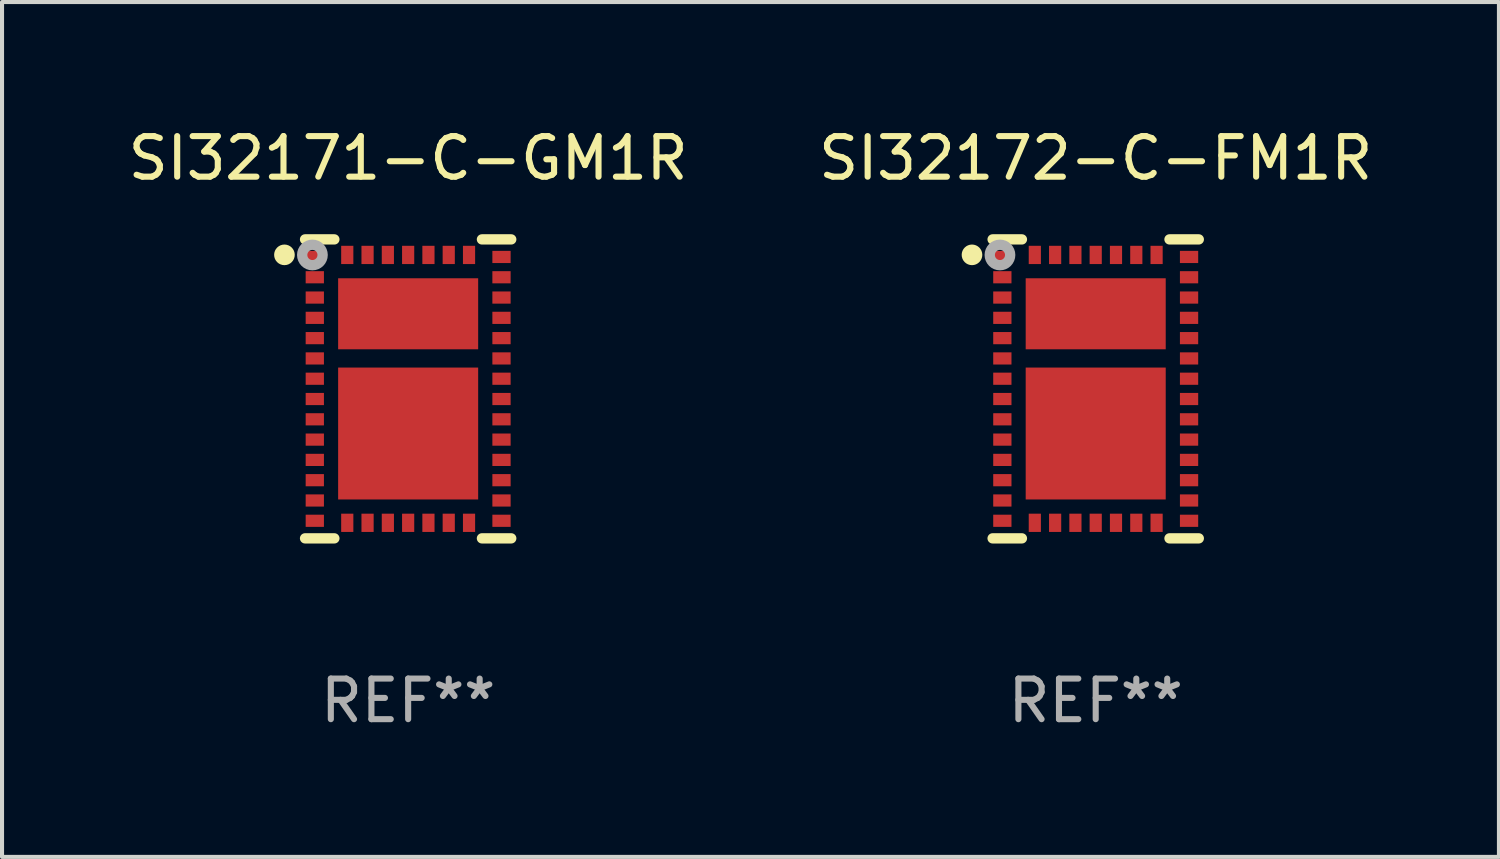
<source format=kicad_pcb>
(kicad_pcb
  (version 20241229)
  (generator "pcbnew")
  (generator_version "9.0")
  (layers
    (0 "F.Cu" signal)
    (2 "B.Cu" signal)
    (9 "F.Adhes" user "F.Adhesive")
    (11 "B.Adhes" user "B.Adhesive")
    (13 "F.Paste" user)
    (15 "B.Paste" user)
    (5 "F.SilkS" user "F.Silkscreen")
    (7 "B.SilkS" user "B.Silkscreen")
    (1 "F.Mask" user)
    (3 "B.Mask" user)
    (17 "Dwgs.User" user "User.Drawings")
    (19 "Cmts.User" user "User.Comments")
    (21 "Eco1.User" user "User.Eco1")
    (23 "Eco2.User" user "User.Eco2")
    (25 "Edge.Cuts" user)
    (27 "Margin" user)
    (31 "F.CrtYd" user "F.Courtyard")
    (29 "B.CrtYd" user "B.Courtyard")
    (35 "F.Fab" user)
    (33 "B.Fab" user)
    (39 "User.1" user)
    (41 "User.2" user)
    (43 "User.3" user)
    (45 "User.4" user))
  (footprint "SI32171-C-GM1R"
    (layer "F.Cu")
    (at 7.006 6.531)
    (property "Reference" "SI32171-C-GM1R" (at 0 -5.683 0) (layer "F.SilkS") (effects (font (size 1 1) (thickness 0.15))))
    (attr through_hole)
    (fp_line (start -1.818 -3.683) (end -2.54 -3.683) (stroke (width 0.254) (type solid)) (layer "F.SilkS"))
    (fp_line (start -1.818 3.683) (end -2.54 3.683) (stroke (width 0.254) (type solid)) (layer "F.SilkS"))
    (fp_line (start 1.818 -3.683) (end 2.54 -3.683) (stroke (width 0.254) (type solid)) (layer "F.SilkS"))
    (fp_line (start 1.818 3.683) (end 2.54 3.683) (stroke (width 0.254) (type solid)) (layer "F.SilkS"))
    (fp_circle (center -3.048 -3.302) (end -2.921 -3.302) (stroke (width 0.254) (type solid)) (fill no) (layer "F.SilkS"))
    (fp_circle (center -2.5 -3.5) (end -2.47 -3.5) (stroke (width 0.06) (type solid)) (fill no) (layer "F.SilkS"))
    (fp_circle (center -2.359 -3.299) (end -2.234 -3.299) (stroke (width 0.254) (type solid)) (fill no) (layer "F.Fab"))
    (fp_text user "REF**" (at 0 7.683 0) (layer "F.Fab") (effects (font (size 1 1) (thickness 0.15))))
    (pad "1" smd rect (at -2.3 -3.25) (size 0.45 0.3) (layers "F.Cu" "F.Mask" "F.Paste"))
    (pad "2" smd rect (at -2.3 -2.75) (size 0.45 0.3) (layers "F.Cu" "F.Mask" "F.Paste"))
    (pad "3" smd rect (at -2.3 -2.25) (size 0.45 0.3) (layers "F.Cu" "F.Mask" "F.Paste"))
    (pad "4" smd rect (at -2.3 -1.75) (size 0.45 0.3) (layers "F.Cu" "F.Mask" "F.Paste"))
    (pad "5" smd rect (at -2.3 -1.25) (size 0.45 0.3) (layers "F.Cu" "F.Mask" "F.Paste"))
    (pad "6" smd rect (at -2.3 -0.75) (size 0.45 0.3) (layers "F.Cu" "F.Mask" "F.Paste"))
    (pad "7" smd rect (at -2.3 -0.25) (size 0.45 0.3) (layers "F.Cu" "F.Mask" "F.Paste"))
    (pad "8" smd rect (at -2.3 0.25) (size 0.45 0.3) (layers "F.Cu" "F.Mask" "F.Paste"))
    (pad "9" smd rect (at -2.3 0.75) (size 0.45 0.3) (layers "F.Cu" "F.Mask" "F.Paste"))
    (pad "10" smd rect (at -2.3 1.25) (size 0.45 0.3) (layers "F.Cu" "F.Mask" "F.Paste"))
    (pad "11" smd rect (at -2.3 1.75) (size 0.45 0.3) (layers "F.Cu" "F.Mask" "F.Paste"))
    (pad "12" smd rect (at -2.3 2.25) (size 0.45 0.3) (layers "F.Cu" "F.Mask" "F.Paste"))
    (pad "13" smd rect (at -2.3 2.75) (size 0.45 0.3) (layers "F.Cu" "F.Mask" "F.Paste"))
    (pad "14" smd rect (at -2.3 3.25) (size 0.45 0.3) (layers "F.Cu" "F.Mask" "F.Paste"))
    (pad "15" smd rect (at -1.5 3.3 90) (size 0.45 0.3) (layers "F.Cu" "F.Mask" "F.Paste"))
    (pad "16" smd rect (at -1 3.3 90) (size 0.45 0.3) (layers "F.Cu" "F.Mask" "F.Paste"))
    (pad "17" smd rect (at -0.5 3.3 90) (size 0.45 0.3) (layers "F.Cu" "F.Mask" "F.Paste"))
    (pad "18" smd rect (at 0 3.3 90) (size 0.45 0.3) (layers "F.Cu" "F.Mask" "F.Paste"))
    (pad "19" smd rect (at 0.5 3.3 90) (size 0.45 0.3) (layers "F.Cu" "F.Mask" "F.Paste"))
    (pad "20" smd rect (at 1 3.3 90) (size 0.45 0.3) (layers "F.Cu" "F.Mask" "F.Paste"))
    (pad "21" smd rect (at 1.5 3.3 90) (size 0.45 0.3) (layers "F.Cu" "F.Mask" "F.Paste"))
    (pad "22" smd rect (at 2.3 3.25 180) (size 0.45 0.3) (layers "F.Cu" "F.Mask" "F.Paste"))
    (pad "23" smd rect (at 2.3 2.75 180) (size 0.45 0.3) (layers "F.Cu" "F.Mask" "F.Paste"))
    (pad "24" smd rect (at 2.3 2.25 180) (size 0.45 0.3) (layers "F.Cu" "F.Mask" "F.Paste"))
    (pad "25" smd rect (at 2.3 1.75 180) (size 0.45 0.3) (layers "F.Cu" "F.Mask" "F.Paste"))
    (pad "26" smd rect (at 2.3 1.25 180) (size 0.45 0.3) (layers "F.Cu" "F.Mask" "F.Paste"))
    (pad "27" smd rect (at 2.3 0.75 180) (size 0.45 0.3) (layers "F.Cu" "F.Mask" "F.Paste"))
    (pad "28" smd rect (at 2.3 0.25 180) (size 0.45 0.3) (layers "F.Cu" "F.Mask" "F.Paste"))
    (pad "29" smd rect (at 2.3 -0.25 180) (size 0.45 0.3) (layers "F.Cu" "F.Mask" "F.Paste"))
    (pad "30" smd rect (at 2.3 -0.75 180) (size 0.45 0.3) (layers "F.Cu" "F.Mask" "F.Paste"))
    (pad "31" smd rect (at 2.3 -1.25 180) (size 0.45 0.3) (layers "F.Cu" "F.Mask" "F.Paste"))
    (pad "32" smd rect (at 2.3 -1.75 180) (size 0.45 0.3) (layers "F.Cu" "F.Mask" "F.Paste"))
    (pad "33" smd rect (at 2.3 -2.25 180) (size 0.45 0.3) (layers "F.Cu" "F.Mask" "F.Paste"))
    (pad "34" smd rect (at 2.3 -2.75 180) (size 0.45 0.3) (layers "F.Cu" "F.Mask" "F.Paste"))
    (pad "35" smd rect (at 2.3 -3.25 180) (size 0.45 0.3) (layers "F.Cu" "F.Mask" "F.Paste"))
    (pad "36" smd rect (at 1.5 -3.3 270) (size 0.45 0.3) (layers "F.Cu" "F.Mask" "F.Paste"))
    (pad "37" smd rect (at 1 -3.3 270) (size 0.45 0.3) (layers "F.Cu" "F.Mask" "F.Paste"))
    (pad "38" smd rect (at 0.5 -3.3 270) (size 0.45 0.3) (layers "F.Cu" "F.Mask" "F.Paste"))
    (pad "39" smd rect (at 0 -3.3 270) (size 0.45 0.3) (layers "F.Cu" "F.Mask" "F.Paste"))
    (pad "40" smd rect (at -0.5 -3.3 270) (size 0.45 0.3) (layers "F.Cu" "F.Mask" "F.Paste"))
    (pad "41" smd rect (at -1 -3.3 270) (size 0.45 0.3) (layers "F.Cu" "F.Mask" "F.Paste"))
    (pad "42" smd rect (at -1.5 -3.3 270) (size 0.45 0.3) (layers "F.Cu" "F.Mask" "F.Paste"))
    (pad "43" smd rect (at 0 1.1 270) (size 3.25 3.45) (layers "F.Cu" "F.Mask" "F.Paste"))
    (pad "44" smd rect (at 0 -1.85 270) (size 1.75 3.45) (layers "F.Cu" "F.Mask" "F.Paste")))
  (footprint "SI32172-C-FM1R"
    (layer "F.Cu")
    (at 23.946 6.531)
    (property "Reference" "SI32172-C-FM1R" (at 0 -5.683 0) (layer "F.SilkS") (effects (font (size 1 1) (thickness 0.15))))
    (attr through_hole)
    (fp_line (start -1.818 -3.683) (end -2.54 -3.683) (stroke (width 0.254) (type solid)) (layer "F.SilkS"))
    (fp_line (start -1.818 3.683) (end -2.54 3.683) (stroke (width 0.254) (type solid)) (layer "F.SilkS"))
    (fp_line (start 1.818 -3.683) (end 2.54 -3.683) (stroke (width 0.254) (type solid)) (layer "F.SilkS"))
    (fp_line (start 1.818 3.683) (end 2.54 3.683) (stroke (width 0.254) (type solid)) (layer "F.SilkS"))
    (fp_circle (center -3.048 -3.302) (end -2.921 -3.302) (stroke (width 0.254) (type solid)) (fill no) (layer "F.SilkS"))
    (fp_circle (center -2.5 -3.5) (end -2.47 -3.5) (stroke (width 0.06) (type solid)) (fill no) (layer "F.SilkS"))
    (fp_circle (center -2.359 -3.299) (end -2.234 -3.299) (stroke (width 0.254) (type solid)) (fill no) (layer "F.Fab"))
    (fp_text user "REF**" (at 0 7.683 0) (layer "F.Fab") (effects (font (size 1 1) (thickness 0.15))))
    (pad "1" smd rect (at -2.3 -3.25) (size 0.45 0.3) (layers "F.Cu" "F.Mask" "F.Paste"))
    (pad "2" smd rect (at -2.3 -2.75) (size 0.45 0.3) (layers "F.Cu" "F.Mask" "F.Paste"))
    (pad "3" smd rect (at -2.3 -2.25) (size 0.45 0.3) (layers "F.Cu" "F.Mask" "F.Paste"))
    (pad "4" smd rect (at -2.3 -1.75) (size 0.45 0.3) (layers "F.Cu" "F.Mask" "F.Paste"))
    (pad "5" smd rect (at -2.3 -1.25) (size 0.45 0.3) (layers "F.Cu" "F.Mask" "F.Paste"))
    (pad "6" smd rect (at -2.3 -0.75) (size 0.45 0.3) (layers "F.Cu" "F.Mask" "F.Paste"))
    (pad "7" smd rect (at -2.3 -0.25) (size 0.45 0.3) (layers "F.Cu" "F.Mask" "F.Paste"))
    (pad "8" smd rect (at -2.3 0.25) (size 0.45 0.3) (layers "F.Cu" "F.Mask" "F.Paste"))
    (pad "9" smd rect (at -2.3 0.75) (size 0.45 0.3) (layers "F.Cu" "F.Mask" "F.Paste"))
    (pad "10" smd rect (at -2.3 1.25) (size 0.45 0.3) (layers "F.Cu" "F.Mask" "F.Paste"))
    (pad "11" smd rect (at -2.3 1.75) (size 0.45 0.3) (layers "F.Cu" "F.Mask" "F.Paste"))
    (pad "12" smd rect (at -2.3 2.25) (size 0.45 0.3) (layers "F.Cu" "F.Mask" "F.Paste"))
    (pad "13" smd rect (at -2.3 2.75) (size 0.45 0.3) (layers "F.Cu" "F.Mask" "F.Paste"))
    (pad "14" smd rect (at -2.3 3.25) (size 0.45 0.3) (layers "F.Cu" "F.Mask" "F.Paste"))
    (pad "15" smd rect (at -1.5 3.3 90) (size 0.45 0.3) (layers "F.Cu" "F.Mask" "F.Paste"))
    (pad "16" smd rect (at -1 3.3 90) (size 0.45 0.3) (layers "F.Cu" "F.Mask" "F.Paste"))
    (pad "17" smd rect (at -0.5 3.3 90) (size 0.45 0.3) (layers "F.Cu" "F.Mask" "F.Paste"))
    (pad "18" smd rect (at 0 3.3 90) (size 0.45 0.3) (layers "F.Cu" "F.Mask" "F.Paste"))
    (pad "19" smd rect (at 0.5 3.3 90) (size 0.45 0.3) (layers "F.Cu" "F.Mask" "F.Paste"))
    (pad "20" smd rect (at 1 3.3 90) (size 0.45 0.3) (layers "F.Cu" "F.Mask" "F.Paste"))
    (pad "21" smd rect (at 1.5 3.3 90) (size 0.45 0.3) (layers "F.Cu" "F.Mask" "F.Paste"))
    (pad "22" smd rect (at 2.3 3.25 180) (size 0.45 0.3) (layers "F.Cu" "F.Mask" "F.Paste"))
    (pad "23" smd rect (at 2.3 2.75 180) (size 0.45 0.3) (layers "F.Cu" "F.Mask" "F.Paste"))
    (pad "24" smd rect (at 2.3 2.25 180) (size 0.45 0.3) (layers "F.Cu" "F.Mask" "F.Paste"))
    (pad "25" smd rect (at 2.3 1.75 180) (size 0.45 0.3) (layers "F.Cu" "F.Mask" "F.Paste"))
    (pad "26" smd rect (at 2.3 1.25 180) (size 0.45 0.3) (layers "F.Cu" "F.Mask" "F.Paste"))
    (pad "27" smd rect (at 2.3 0.75 180) (size 0.45 0.3) (layers "F.Cu" "F.Mask" "F.Paste"))
    (pad "28" smd rect (at 2.3 0.25 180) (size 0.45 0.3) (layers "F.Cu" "F.Mask" "F.Paste"))
    (pad "29" smd rect (at 2.3 -0.25 180) (size 0.45 0.3) (layers "F.Cu" "F.Mask" "F.Paste"))
    (pad "30" smd rect (at 2.3 -0.75 180) (size 0.45 0.3) (layers "F.Cu" "F.Mask" "F.Paste"))
    (pad "31" smd rect (at 2.3 -1.25 180) (size 0.45 0.3) (layers "F.Cu" "F.Mask" "F.Paste"))
    (pad "32" smd rect (at 2.3 -1.75 180) (size 0.45 0.3) (layers "F.Cu" "F.Mask" "F.Paste"))
    (pad "33" smd rect (at 2.3 -2.25 180) (size 0.45 0.3) (layers "F.Cu" "F.Mask" "F.Paste"))
    (pad "34" smd rect (at 2.3 -2.75 180) (size 0.45 0.3) (layers "F.Cu" "F.Mask" "F.Paste"))
    (pad "35" smd rect (at 2.3 -3.25 180) (size 0.45 0.3) (layers "F.Cu" "F.Mask" "F.Paste"))
    (pad "36" smd rect (at 1.5 -3.3 270) (size 0.45 0.3) (layers "F.Cu" "F.Mask" "F.Paste"))
    (pad "37" smd rect (at 1 -3.3 270) (size 0.45 0.3) (layers "F.Cu" "F.Mask" "F.Paste"))
    (pad "38" smd rect (at 0.5 -3.3 270) (size 0.45 0.3) (layers "F.Cu" "F.Mask" "F.Paste"))
    (pad "39" smd rect (at 0 -3.3 270) (size 0.45 0.3) (layers "F.Cu" "F.Mask" "F.Paste"))
    (pad "40" smd rect (at -0.5 -3.3 270) (size 0.45 0.3) (layers "F.Cu" "F.Mask" "F.Paste"))
    (pad "41" smd rect (at -1 -3.3 270) (size 0.45 0.3) (layers "F.Cu" "F.Mask" "F.Paste"))
    (pad "42" smd rect (at -1.5 -3.3 270) (size 0.45 0.3) (layers "F.Cu" "F.Mask" "F.Paste"))
    (pad "43" smd rect (at 0 1.1 270) (size 3.25 3.45) (layers "F.Cu" "F.Mask" "F.Paste"))
    (pad "44" smd rect (at 0 -1.85 270) (size 1.75 3.45) (layers "F.Cu" "F.Mask" "F.Paste")))
  (gr_rect
    (start -3 -3)
    (end 33.881 18.063)
    (stroke (width 0.1) (type default))
    (fill no)
    (layer "Edge.Cuts")))
</source>
